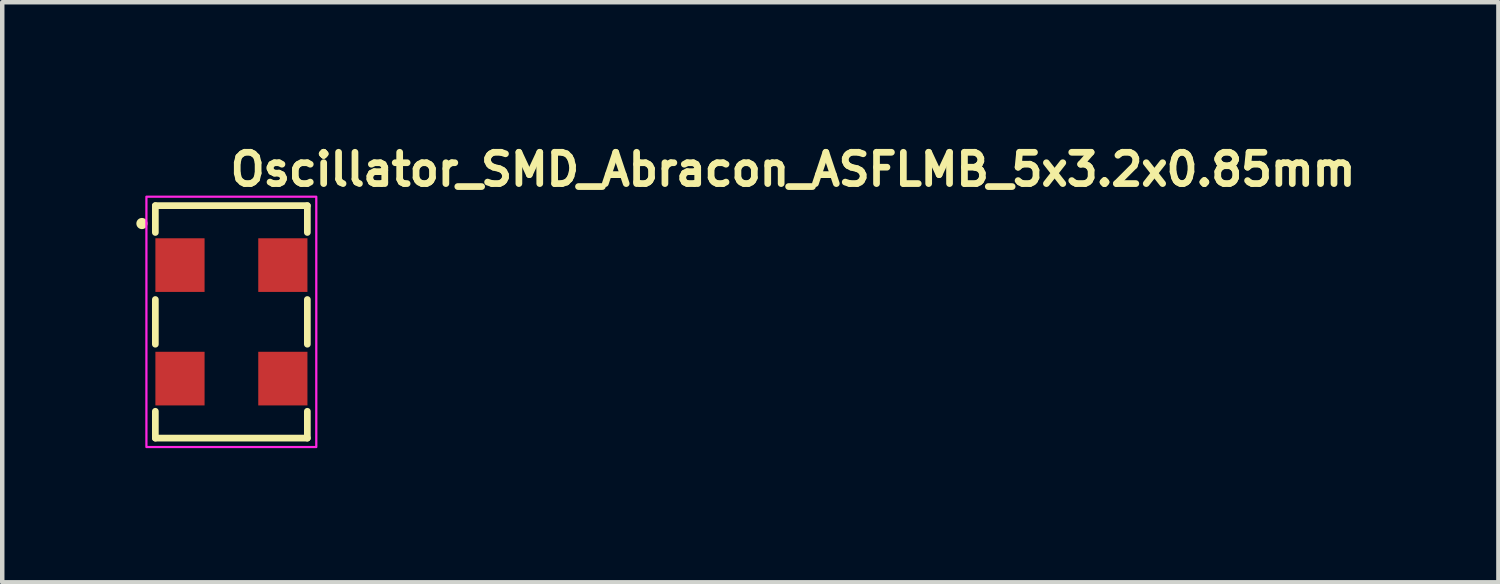
<source format=kicad_pcb>
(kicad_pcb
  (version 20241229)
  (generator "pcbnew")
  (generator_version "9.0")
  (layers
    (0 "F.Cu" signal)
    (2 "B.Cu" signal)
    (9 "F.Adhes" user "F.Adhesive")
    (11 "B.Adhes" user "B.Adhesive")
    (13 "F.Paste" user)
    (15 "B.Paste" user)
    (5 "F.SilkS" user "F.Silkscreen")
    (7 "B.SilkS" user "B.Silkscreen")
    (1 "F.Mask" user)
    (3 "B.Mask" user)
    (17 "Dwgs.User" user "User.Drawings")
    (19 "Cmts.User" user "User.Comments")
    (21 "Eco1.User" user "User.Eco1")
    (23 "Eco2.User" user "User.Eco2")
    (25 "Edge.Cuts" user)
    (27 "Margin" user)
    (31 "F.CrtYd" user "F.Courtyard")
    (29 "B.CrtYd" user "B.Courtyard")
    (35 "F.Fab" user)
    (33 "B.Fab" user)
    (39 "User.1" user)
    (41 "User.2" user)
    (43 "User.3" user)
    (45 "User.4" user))
  (footprint "Oscillator_SMD_Abracon_ASFLMB_5x3.2x0.85mm"
    (layer "F.Cu")
    (at 2.025 4.05)
    (property "Reference" "Oscillator_SMD_Abracon_ASFLMB_5x3.2x0.85mm" (at 0 -2.9 0) (layer "F.SilkS") (effects (font (size 0.7 0.7) (thickness 0.15)) (justify left bottom)))
    (attr smd)
    (fp_line (start -1.6 -2.5) (end -1.6 -1.9) (stroke (width 0.15) (type solid)) (layer "F.SilkS"))
    (fp_line (start -1.6 -0.4) (end -1.6 0.6) (stroke (width 0.15) (type solid)) (layer "F.SilkS"))
    (fp_line (start -1.6 2.1) (end -1.6 2.7) (stroke (width 0.15) (type solid)) (layer "F.SilkS"))
    (fp_line (start -1.6 2.7) (end 1.8 2.7) (stroke (width 0.15) (type solid)) (layer "F.SilkS"))
    (fp_line (start 1.8 -2.5) (end -1.6 -2.5) (stroke (width 0.15) (type solid)) (layer "F.SilkS"))
    (fp_line (start 1.8 -1.9) (end 1.8 -2.5) (stroke (width 0.15) (type solid)) (layer "F.SilkS"))
    (fp_line (start 1.8 0.6) (end 1.8 -0.4) (stroke (width 0.15) (type solid)) (layer "F.SilkS"))
    (fp_line (start 1.8 2.7) (end 1.8 2.1) (stroke (width 0.15) (type solid)) (layer "F.SilkS"))
    (fp_circle (center -1.9 -2.1) (end -1.9 -2.05) (stroke (width 0.15) (type solid)) (fill yes) (layer "F.SilkS"))
    (fp_rect (start 2 -2.7) (end -1.8 2.9) (stroke (width 0.05) (type solid)) (fill no) (layer "F.CrtYd"))
    (fp_rect (start 1.701 -2.4) (end -1.499 2.599) (stroke (width 0.1) (type solid)) (fill no) (layer "User.5"))
    (fp_line (start -1.499 -2.4) (end 1.701 -2.4) (stroke (width 0.02) (type solid)) (layer "User.9"))
    (fp_line (start -1.499 2.599) (end -1.499 -2.4) (stroke (width 0.02) (type solid)) (layer "User.9"))
    (fp_line (start -1.499 2.599) (end 1.701 2.599) (stroke (width 0.02) (type solid)) (layer "User.9"))
    (fp_line (start -0.309 -0.861) (end -0.308 -0.871) (stroke (width 0.02) (type solid)) (layer "User.9"))
    (fp_line (start -0.309 -0.85) (end -0.309 -0.861) (stroke (width 0.02) (type solid)) (layer "User.9"))
    (fp_line (start -0.309 -0.839) (end -0.309 -0.85) (stroke (width 0.02) (type solid)) (layer "User.9"))
    (fp_line (start -0.308 -0.871) (end -0.307 -0.881) (stroke (width 0.02) (type solid)) (layer "User.9"))
    (fp_line (start -0.308 -0.828) (end -0.309 -0.839) (stroke (width 0.02) (type solid)) (layer "User.9"))
    (fp_line (start -0.307 -0.881) (end -0.306 -0.89) (stroke (width 0.02) (type solid)) (layer "User.9"))
    (fp_line (start -0.307 -0.818) (end -0.308 -0.828) (stroke (width 0.02) (type solid)) (layer "User.9"))
    (fp_line (start -0.306 -0.89) (end -0.304 -0.9) (stroke (width 0.02) (type solid)) (layer "User.9"))
    (fp_line (start -0.306 -0.808) (end -0.307 -0.818) (stroke (width 0.02) (type solid)) (layer "User.9"))
    (fp_line (start -0.304 -0.9) (end -0.302 -0.909) (stroke (width 0.02) (type solid)) (layer "User.9"))
    (fp_line (start -0.304 -0.797) (end -0.306 -0.808) (stroke (width 0.02) (type solid)) (layer "User.9"))
    (fp_line (start -0.302 -0.909) (end -0.299 -0.919) (stroke (width 0.02) (type solid)) (layer "User.9"))
    (fp_line (start -0.301 -0.786) (end -0.304 -0.797) (stroke (width 0.02) (type solid)) (layer "User.9"))
    (fp_line (start -0.299 -0.919) (end -0.296 -0.929) (stroke (width 0.02) (type solid)) (layer "User.9"))
    (fp_line (start -0.298 -0.775) (end -0.301 -0.786) (stroke (width 0.02) (type solid)) (layer "User.9"))
    (fp_line (start -0.296 -0.929) (end -0.293 -0.937) (stroke (width 0.02) (type solid)) (layer "User.9"))
    (fp_line (start -0.294 -0.765) (end -0.298 -0.775) (stroke (width 0.02) (type solid)) (layer "User.9"))
    (fp_line (start -0.293 -0.937) (end -0.289 -0.946) (stroke (width 0.02) (type solid)) (layer "User.9"))
    (fp_line (start -0.29 -0.755) (end -0.294 -0.765) (stroke (width 0.02) (type solid)) (layer "User.9"))
    (fp_line (start -0.289 -1.905) (end 0.506 -1.529) (stroke (width 0.02) (type solid)) (layer "User.9"))
    (fp_line (start -0.289 -1.829) (end -0.289 -1.905) (stroke (width 0.02) (type solid)) (layer "User.9"))
    (fp_line (start -0.289 -1.23) (end -0.033 -1.347) (stroke (width 0.02) (type solid)) (layer "User.9"))
    (fp_line (start -0.289 -1.152) (end -0.289 -1.23) (stroke (width 0.02) (type solid)) (layer "User.9"))
    (fp_line (start -0.289 -0.946) (end -0.285 -0.956) (stroke (width 0.02) (type solid)) (layer "User.9"))
    (fp_line (start -0.289 -0.461) (end 0.506 -0.461) (stroke (width 0.02) (type solid)) (layer "User.9"))
    (fp_line (start -0.289 -0.389) (end -0.289 -0.461) (stroke (width 0.02) (type solid)) (layer "User.9"))
    (fp_line (start -0.289 0.069) (end 0.506 0.069) (stroke (width 0.02) (type solid)) (layer "User.9"))
    (fp_line (start -0.289 0.444) (end -0.289 0.069) (stroke (width 0.02) (type solid)) (layer "User.9"))
    (fp_line (start -0.289 0.537) (end 0.506 0.642) (stroke (width 0.02) (type solid)) (layer "User.9"))
    (fp_line (start -0.289 0.609) (end -0.289 0.537) (stroke (width 0.02) (type solid)) (layer "User.9"))
    (fp_line (start -0.289 0.971) (end 0.284 0.684) (stroke (width 0.02) (type solid)) (layer "User.9"))
    (fp_line (start -0.289 0.987) (end -0.289 0.971) (stroke (width 0.02) (type solid)) (layer "User.9"))
    (fp_line (start -0.289 1.35) (end 0.284 1.274) (stroke (width 0.02) (type solid)) (layer "User.9"))
    (fp_line (start -0.289 1.422) (end -0.289 1.35) (stroke (width 0.02) (type solid)) (layer "User.9"))
    (fp_line (start -0.289 1.584) (end 0.506 1.584) (stroke (width 0.02) (type solid)) (layer "User.9"))
    (fp_line (start -0.289 1.8) (end -0.289 1.584) (stroke (width 0.02) (type solid)) (layer "User.9"))
    (fp_line (start -0.288 1.812) (end -0.289 1.8) (stroke (width 0.02) (type solid)) (layer "User.9"))
    (fp_line (start -0.288 1.825) (end -0.288 1.812) (stroke (width 0.02) (type solid)) (layer "User.9"))
    (fp_line (start -0.287 1.837) (end -0.288 1.825) (stroke (width 0.02) (type solid)) (layer "User.9"))
    (fp_line (start -0.285 -0.956) (end -0.279 -0.963) (stroke (width 0.02) (type solid)) (layer "User.9"))
    (fp_line (start -0.285 -0.746) (end -0.29 -0.755) (stroke (width 0.02) (type solid)) (layer "User.9"))
    (fp_line (start -0.285 1.849) (end -0.287 1.837) (stroke (width 0.02) (type solid)) (layer "User.9"))
    (fp_line (start -0.283 1.861) (end -0.285 1.849) (stroke (width 0.02) (type solid)) (layer "User.9"))
    (fp_line (start -0.281 1.874) (end -0.283 1.861) (stroke (width 0.02) (type solid)) (layer "User.9"))
    (fp_line (start -0.279 -0.963) (end -0.274 -0.972) (stroke (width 0.02) (type solid)) (layer "User.9"))
    (fp_line (start -0.279 -0.737) (end -0.285 -0.746) (stroke (width 0.02) (type solid)) (layer "User.9"))
    (fp_line (start -0.276 1.886) (end -0.281 1.874) (stroke (width 0.02) (type solid)) (layer "User.9"))
    (fp_line (start -0.274 -0.972) (end -0.269 -0.981) (stroke (width 0.02) (type solid)) (layer "User.9"))
    (fp_line (start -0.273 -0.727) (end -0.279 -0.737) (stroke (width 0.02) (type solid)) (layer "User.9"))
    (fp_line (start -0.273 1.898) (end -0.276 1.886) (stroke (width 0.02) (type solid)) (layer "User.9"))
    (fp_line (start -0.269 -0.981) (end -0.263 -0.989) (stroke (width 0.02) (type solid)) (layer "User.9"))
    (fp_line (start -0.269 1.91) (end -0.273 1.898) (stroke (width 0.02) (type solid)) (layer "User.9"))
    (fp_line (start -0.267 -0.717) (end -0.273 -0.727) (stroke (width 0.02) (type solid)) (layer "User.9"))
    (fp_line (start -0.264 1.922) (end -0.269 1.91) (stroke (width 0.02) (type solid)) (layer "User.9"))
    (fp_line (start -0.263 -0.989) (end -0.257 -0.997) (stroke (width 0.02) (type solid)) (layer "User.9"))
    (fp_line (start -0.261 -0.709) (end -0.267 -0.717) (stroke (width 0.02) (type solid)) (layer "User.9"))
    (fp_line (start -0.258 1.933) (end -0.264 1.922) (stroke (width 0.02) (type solid)) (layer "User.9"))
    (fp_line (start -0.257 -0.997) (end -0.257 -0.997) (stroke (width 0.02) (type solid)) (layer "User.9"))
    (fp_line (start -0.257 -0.997) (end -0.251 -1.004) (stroke (width 0.02) (type solid)) (layer "User.9"))
    (fp_line (start -0.254 -0.7) (end -0.261 -0.709) (stroke (width 0.02) (type solid)) (layer "User.9"))
    (fp_line (start -0.252 1.943) (end -0.258 1.933) (stroke (width 0.02) (type solid)) (layer "User.9"))
    (fp_line (start -0.251 -1.004) (end -0.244 -1.012) (stroke (width 0.02) (type solid)) (layer "User.9"))
    (fp_line (start -0.247 -0.692) (end -0.254 -0.7) (stroke (width 0.02) (type solid)) (layer "User.9"))
    (fp_line (start -0.246 1.954) (end -0.252 1.943) (stroke (width 0.02) (type solid)) (layer "User.9"))
    (fp_line (start -0.244 -1.012) (end -0.237 -1.019) (stroke (width 0.02) (type solid)) (layer "User.9"))
    (fp_line (start -0.239 -0.685) (end -0.247 -0.692) (stroke (width 0.02) (type solid)) (layer "User.9"))
    (fp_line (start -0.239 1.965) (end -0.246 1.954) (stroke (width 0.02) (type solid)) (layer "User.9"))
    (fp_line (start -0.237 -1.019) (end -0.23 -1.026) (stroke (width 0.02) (type solid)) (layer "User.9"))
    (fp_line (start -0.231 -0.678) (end -0.239 -0.685) (stroke (width 0.02) (type solid)) (layer "User.9"))
    (fp_line (start -0.231 1.974) (end -0.239 1.965) (stroke (width 0.02) (type solid)) (layer "User.9"))
    (fp_line (start -0.23 -1.026) (end -0.223 -1.031) (stroke (width 0.02) (type solid)) (layer "User.9"))
    (fp_line (start -0.226 -0.866) (end -0.226 -0.858) (stroke (width 0.02) (type solid)) (layer "User.9"))
    (fp_line (start -0.226 -0.858) (end -0.226 -0.85) (stroke (width 0.02) (type solid)) (layer "User.9"))
    (fp_line (start -0.226 -0.85) (end -0.226 -0.842) (stroke (width 0.02) (type solid)) (layer "User.9"))
    (fp_line (start -0.226 -0.842) (end -0.226 -0.834) (stroke (width 0.02) (type solid)) (layer "User.9"))
    (fp_line (start -0.226 -0.834) (end -0.225 -0.827) (stroke (width 0.02) (type solid)) (layer "User.9"))
    (fp_line (start -0.225 -0.873) (end -0.226 -0.866) (stroke (width 0.02) (type solid)) (layer "User.9"))
    (fp_line (start -0.225 -0.827) (end -0.224 -0.819) (stroke (width 0.02) (type solid)) (layer "User.9"))
    (fp_line (start -0.224 -0.819) (end -0.223 -0.813) (stroke (width 0.02) (type solid)) (layer "User.9"))
    (fp_line (start -0.223 -1.031) (end -0.216 -1.038) (stroke (width 0.02) (type solid)) (layer "User.9"))
    (fp_line (start -0.223 -0.88) (end -0.225 -0.873) (stroke (width 0.02) (type solid)) (layer "User.9"))
    (fp_line (start -0.223 -0.813) (end -0.221 -0.805) (stroke (width 0.02) (type solid)) (layer "User.9"))
    (fp_line (start -0.223 -0.671) (end -0.231 -0.678) (stroke (width 0.02) (type solid)) (layer "User.9"))
    (fp_line (start -0.222 -0.886) (end -0.223 -0.88) (stroke (width 0.02) (type solid)) (layer "User.9"))
    (fp_line (start -0.222 1.983) (end -0.231 1.974) (stroke (width 0.02) (type solid)) (layer "User.9"))
    (fp_line (start -0.222 1.983) (end -0.222 1.983) (stroke (width 0.02) (type solid)) (layer "User.9"))
    (fp_line (start -0.221 -0.805) (end -0.219 -0.798) (stroke (width 0.02) (type solid)) (layer "User.9"))
    (fp_line (start -0.22 -0.893) (end -0.222 -0.886) (stroke (width 0.02) (type solid)) (layer "User.9"))
    (fp_line (start -0.219 -0.798) (end -0.216 -0.791) (stroke (width 0.02) (type solid)) (layer "User.9"))
    (fp_line (start -0.218 -0.899) (end -0.22 -0.893) (stroke (width 0.02) (type solid)) (layer "User.9"))
    (fp_line (start -0.216 -1.038) (end -0.209 -1.045) (stroke (width 0.02) (type solid)) (layer "User.9"))
    (fp_line (start -0.216 -0.906) (end -0.218 -0.899) (stroke (width 0.02) (type solid)) (layer "User.9"))
    (fp_line (start -0.216 -0.791) (end -0.215 -0.783) (stroke (width 0.02) (type solid)) (layer "User.9"))
    (fp_line (start -0.215 -0.783) (end -0.212 -0.776) (stroke (width 0.02) (type solid)) (layer "User.9"))
    (fp_line (start -0.215 -0.664) (end -0.223 -0.671) (stroke (width 0.02) (type solid)) (layer "User.9"))
    (fp_line (start -0.215 1.991) (end -0.222 1.983) (stroke (width 0.02) (type solid)) (layer "User.9"))
    (fp_line (start -0.213 -0.912) (end -0.216 -0.906) (stroke (width 0.02) (type solid)) (layer "User.9"))
    (fp_line (start -0.212 -0.776) (end -0.208 -0.77) (stroke (width 0.02) (type solid)) (layer "User.9"))
    (fp_line (start -0.21 -0.92) (end -0.213 -0.912) (stroke (width 0.02) (type solid)) (layer "User.9"))
    (fp_line (start -0.209 -1.045) (end -0.201 -1.051) (stroke (width 0.02) (type solid)) (layer "User.9"))
    (fp_line (start -0.208 -0.77) (end -0.205 -0.763) (stroke (width 0.02) (type solid)) (layer "User.9"))
    (fp_line (start -0.207 0.14) (end -0.207 0.444) (stroke (width 0.02) (type solid)) (layer "User.9"))
    (fp_line (start -0.207 0.444) (end -0.289 0.444) (stroke (width 0.02) (type solid)) (layer "User.9"))
    (fp_line (start -0.207 1.656) (end -0.207 1.757) (stroke (width 0.02) (type solid)) (layer "User.9"))
    (fp_line (start -0.207 1.757) (end -0.206 1.797) (stroke (width 0.02) (type solid)) (layer "User.9"))
    (fp_line (start -0.207 1.999) (end -0.215 1.991) (stroke (width 0.02) (type solid)) (layer "User.9"))
    (fp_line (start -0.206 -0.926) (end -0.21 -0.92) (stroke (width 0.02) (type solid)) (layer "User.9"))
    (fp_line (start -0.206 -0.657) (end -0.215 -0.664) (stroke (width 0.02) (type solid)) (layer "User.9"))
    (fp_line (start -0.206 1.797) (end -0.205 1.816) (stroke (width 0.02) (type solid)) (layer "User.9"))
    (fp_line (start -0.205 -0.763) (end -0.201 -0.756) (stroke (width 0.02) (type solid)) (layer "User.9"))
    (fp_line (start -0.205 1.816) (end -0.204 1.825) (stroke (width 0.02) (type solid)) (layer "User.9"))
    (fp_line (start -0.204 1.825) (end -0.203 1.834) (stroke (width 0.02) (type solid)) (layer "User.9"))
    (fp_line (start -0.203 -0.931) (end -0.206 -0.926) (stroke (width 0.02) (type solid)) (layer "User.9"))
    (fp_line (start -0.203 1.834) (end -0.202 1.845) (stroke (width 0.02) (type solid)) (layer "User.9"))
    (fp_line (start -0.202 1.845) (end -0.2 1.854) (stroke (width 0.02) (type solid)) (layer "User.9"))
    (fp_line (start -0.201 -1.051) (end -0.194 -1.056) (stroke (width 0.02) (type solid)) (layer "User.9"))
    (fp_line (start -0.201 -0.756) (end -0.197 -0.751) (stroke (width 0.02) (type solid)) (layer "User.9"))
    (fp_line (start -0.2 1.854) (end -0.198 1.864) (stroke (width 0.02) (type solid)) (layer "User.9"))
    (fp_line (start -0.198 1.864) (end -0.196 1.873) (stroke (width 0.02) (type solid)) (layer "User.9"))
    (fp_line (start -0.198 2.006) (end -0.207 1.999) (stroke (width 0.02) (type solid)) (layer "User.9"))
    (fp_line (start -0.197 -0.751) (end -0.192 -0.745) (stroke (width 0.02) (type solid)) (layer "User.9"))
    (fp_line (start -0.197 -0.651) (end -0.206 -0.657) (stroke (width 0.02) (type solid)) (layer "User.9"))
    (fp_line (start -0.196 1.873) (end -0.193 1.882) (stroke (width 0.02) (type solid)) (layer "User.9"))
    (fp_line (start -0.195 -0.943) (end -0.203 -0.931) (stroke (width 0.02) (type solid)) (layer "User.9"))
    (fp_line (start -0.194 -1.056) (end -0.186 -1.062) (stroke (width 0.02) (type solid)) (layer "User.9"))
    (fp_line (start -0.193 1.882) (end -0.19 1.892) (stroke (width 0.02) (type solid)) (layer "User.9"))
    (fp_line (start -0.192 -0.745) (end -0.187 -0.739) (stroke (width 0.02) (type solid)) (layer "User.9"))
    (fp_line (start -0.19 1.892) (end -0.186 1.901) (stroke (width 0.02) (type solid)) (layer "User.9"))
    (fp_line (start -0.189 2.014) (end -0.198 2.006) (stroke (width 0.02) (type solid)) (layer "User.9"))
    (fp_line (start -0.188 -0.646) (end -0.197 -0.651) (stroke (width 0.02) (type solid)) (layer "User.9"))
    (fp_line (start -0.187 -0.739) (end -0.187 -0.739) (stroke (width 0.02) (type solid)) (layer "User.9"))
    (fp_line (start -0.187 -0.739) (end -0.182 -0.734) (stroke (width 0.02) (type solid)) (layer "User.9"))
    (fp_line (start -0.186 -1.062) (end -0.178 -1.067) (stroke (width 0.02) (type solid)) (layer "User.9"))
    (fp_line (start -0.186 -0.955) (end -0.195 -0.943) (stroke (width 0.02) (type solid)) (layer "User.9"))
    (fp_line (start -0.186 1.901) (end -0.181 1.909) (stroke (width 0.02) (type solid)) (layer "User.9"))
    (fp_line (start -0.182 -0.734) (end -0.177 -0.729) (stroke (width 0.02) (type solid)) (layer "User.9"))
    (fp_line (start -0.181 1.909) (end -0.181 1.909) (stroke (width 0.02) (type solid)) (layer "User.9"))
    (fp_line (start -0.181 1.909) (end -0.177 1.917) (stroke (width 0.02) (type solid)) (layer "User.9"))
    (fp_line (start -0.18 2.019) (end -0.189 2.014) (stroke (width 0.02) (type solid)) (layer "User.9"))
    (fp_line (start -0.178 -1.067) (end -0.17 -1.072) (stroke (width 0.02) (type solid)) (layer "User.9"))
    (fp_line (start -0.178 -0.641) (end -0.188 -0.646) (stroke (width 0.02) (type solid)) (layer "User.9"))
    (fp_line (start -0.177 -0.729) (end -0.172 -0.724) (stroke (width 0.02) (type solid)) (layer "User.9"))
    (fp_line (start -0.177 1.917) (end -0.172 1.925) (stroke (width 0.02) (type solid)) (layer "User.9"))
    (fp_line (start -0.176 -0.964) (end -0.186 -0.955) (stroke (width 0.02) (type solid)) (layer "User.9"))
    (fp_line (start -0.172 -0.724) (end -0.167 -0.719) (stroke (width 0.02) (type solid)) (layer "User.9"))
    (fp_line (start -0.172 1.925) (end -0.166 1.931) (stroke (width 0.02) (type solid)) (layer "User.9"))
    (fp_line (start -0.171 2.026) (end -0.18 2.019) (stroke (width 0.02) (type solid)) (layer "User.9"))
    (fp_line (start -0.17 -1.072) (end -0.161 -1.078) (stroke (width 0.02) (type solid)) (layer "User.9"))
    (fp_line (start -0.168 -0.637) (end -0.178 -0.641) (stroke (width 0.02) (type solid)) (layer "User.9"))
    (fp_line (start -0.167 -0.719) (end -0.162 -0.715) (stroke (width 0.02) (type solid)) (layer "User.9"))
    (fp_line (start -0.166 1.931) (end -0.16 1.938) (stroke (width 0.02) (type solid)) (layer "User.9"))
    (fp_line (start -0.165 -0.974) (end -0.176 -0.964) (stroke (width 0.02) (type solid)) (layer "User.9"))
    (fp_line (start -0.162 -0.715) (end -0.156 -0.712) (stroke (width 0.02) (type solid)) (layer "User.9"))
    (fp_line (start -0.161 -1.078) (end -0.153 -1.083) (stroke (width 0.02) (type solid)) (layer "User.9"))
    (fp_line (start -0.161 2.031) (end -0.171 2.026) (stroke (width 0.02) (type solid)) (layer "User.9"))
    (fp_line (start -0.16 1.938) (end -0.153 1.945) (stroke (width 0.02) (type solid)) (layer "User.9"))
    (fp_line (start -0.158 -0.633) (end -0.168 -0.637) (stroke (width 0.02) (type solid)) (layer "User.9"))
    (fp_line (start -0.156 -0.712) (end -0.15 -0.709) (stroke (width 0.02) (type solid)) (layer "User.9"))
    (fp_line (start -0.154 -0.985) (end -0.165 -0.974) (stroke (width 0.02) (type solid)) (layer "User.9"))
    (fp_line (start -0.153 -1.083) (end -0.143 -1.087) (stroke (width 0.02) (type solid)) (layer "User.9"))
    (fp_line (start -0.153 1.945) (end -0.146 1.95) (stroke (width 0.02) (type solid)) (layer "User.9"))
    (fp_line (start -0.15 -0.709) (end -0.144 -0.706) (stroke (width 0.02) (type solid)) (layer "User.9"))
    (fp_line (start -0.149 2.035) (end -0.161 2.031) (stroke (width 0.02) (type solid)) (layer "User.9"))
    (fp_line (start -0.147 -0.63) (end -0.158 -0.633) (stroke (width 0.02) (type solid)) (layer "User.9"))
    (fp_line (start -0.146 1.95) (end -0.138 1.955) (stroke (width 0.02) (type solid)) (layer "User.9"))
    (fp_line (start -0.145 0.979) (end 0.506 1.306) (stroke (width 0.02) (type solid)) (layer "User.9"))
    (fp_line (start -0.144 -0.706) (end -0.138 -0.703) (stroke (width 0.02) (type solid)) (layer "User.9"))
    (fp_line (start -0.143 -1.087) (end -0.134 -1.092) (stroke (width 0.02) (type solid)) (layer "User.9"))
    (fp_line (start -0.142 -0.994) (end -0.154 -0.985) (stroke (width 0.02) (type solid)) (layer "User.9"))
    (fp_line (start -0.139 2.039) (end -0.149 2.035) (stroke (width 0.02) (type solid)) (layer "User.9"))
    (fp_line (start -0.138 -0.703) (end -0.132 -0.701) (stroke (width 0.02) (type solid)) (layer "User.9"))
    (fp_line (start -0.138 1.955) (end -0.131 1.962) (stroke (width 0.02) (type solid)) (layer "User.9"))
    (fp_line (start -0.137 -0.627) (end -0.147 -0.63) (stroke (width 0.02) (type solid)) (layer "User.9"))
    (fp_line (start -0.134 -1.092) (end -0.094 -1.025) (stroke (width 0.02) (type solid)) (layer "User.9"))
    (fp_line (start -0.132 -0.701) (end -0.125 -0.699) (stroke (width 0.02) (type solid)) (layer "User.9"))
    (fp_line (start -0.131 1.962) (end -0.127 1.963) (stroke (width 0.02) (type solid)) (layer "User.9"))
    (fp_line (start -0.13 -1.002) (end -0.142 -0.994) (stroke (width 0.02) (type solid)) (layer "User.9"))
    (fp_line (start -0.129 2.043) (end -0.139 2.039) (stroke (width 0.02) (type solid)) (layer "User.9"))
    (fp_line (start -0.127 1.963) (end -0.123 1.966) (stroke (width 0.02) (type solid)) (layer "User.9"))
    (fp_line (start -0.126 -0.625) (end -0.137 -0.627) (stroke (width 0.02) (type solid)) (layer "User.9"))
    (fp_line (start -0.125 -0.699) (end -0.119 -0.698) (stroke (width 0.02) (type solid)) (layer "User.9"))
    (fp_line (start -0.123 1.966) (end -0.119 1.967) (stroke (width 0.02) (type solid)) (layer "User.9"))
    (fp_line (start -0.119 -0.698) (end -0.112 -0.696) (stroke (width 0.02) (type solid)) (layer "User.9"))
    (fp_line (start -0.119 1.967) (end -0.115 1.97) (stroke (width 0.02) (type solid)) (layer "User.9"))
    (fp_line (start -0.118 -1.01) (end -0.13 -1.002) (stroke (width 0.02) (type solid)) (layer "User.9"))
    (fp_line (start -0.118 2.047) (end -0.129 2.043) (stroke (width 0.02) (type solid)) (layer "User.9"))
    (fp_line (start -0.115 -0.624) (end -0.126 -0.625) (stroke (width 0.02) (type solid)) (layer "User.9"))
    (fp_line (start -0.115 1.97) (end -0.111 1.971) (stroke (width 0.02) (type solid)) (layer "User.9"))
    (fp_line (start -0.112 -0.696) (end -0.106 -0.695) (stroke (width 0.02) (type solid)) (layer "User.9"))
    (fp_line (start -0.111 1.971) (end -0.107 1.974) (stroke (width 0.02) (type solid)) (layer "User.9"))
    (fp_line (start -0.107 1.974) (end -0.102 1.974) (stroke (width 0.02) (type solid)) (layer "User.9"))
    (fp_line (start -0.107 2.048) (end -0.118 2.047) (stroke (width 0.02) (type solid)) (layer "User.9"))
    (fp_line (start -0.106 -1.018) (end -0.118 -1.01) (stroke (width 0.02) (type solid)) (layer "User.9"))
    (fp_line (start -0.106 -0.695) (end -0.099 -0.695) (stroke (width 0.02) (type solid)) (layer "User.9"))
    (fp_line (start -0.104 -0.623) (end -0.115 -0.624) (stroke (width 0.02) (type solid)) (layer "User.9"))
    (fp_line (start -0.102 1.974) (end -0.098 1.977) (stroke (width 0.02) (type solid)) (layer "User.9"))
    (fp_line (start -0.099 -0.695) (end -0.092 -0.694) (stroke (width 0.02) (type solid)) (layer "User.9"))
    (fp_line (start -0.098 1.977) (end -0.094 1.978) (stroke (width 0.02) (type solid)) (layer "User.9"))
    (fp_line (start -0.096 2.051) (end -0.107 2.048) (stroke (width 0.02) (type solid)) (layer "User.9"))
    (fp_line (start -0.094 -1.025) (end -0.106 -1.018) (stroke (width 0.02) (type solid)) (layer "User.9"))
    (fp_line (start -0.094 1.978) (end -0.089 1.978) (stroke (width 0.02) (type solid)) (layer "User.9"))
    (fp_line (start -0.093 -0.623) (end -0.104 -0.623) (stroke (width 0.02) (type solid)) (layer "User.9"))
    (fp_line (start -0.092 -0.694) (end -0.088 -0.695) (stroke (width 0.02) (type solid)) (layer "User.9"))
    (fp_line (start -0.089 1.978) (end -0.086 1.979) (stroke (width 0.02) (type solid)) (layer "User.9"))
    (fp_line (start -0.088 -0.695) (end -0.082 -0.695) (stroke (width 0.02) (type solid)) (layer "User.9"))
    (fp_line (start -0.086 1.979) (end -0.081 1.981) (stroke (width 0.02) (type solid)) (layer "User.9"))
    (fp_line (start -0.086 2.051) (end -0.096 2.051) (stroke (width 0.02) (type solid)) (layer "User.9"))
    (fp_line (start -0.084 -0.623) (end -0.093 -0.623) (stroke (width 0.02) (type solid)) (layer "User.9"))
    (fp_line (start -0.082 -0.695) (end -0.077 -0.696) (stroke (width 0.02) (type solid)) (layer "User.9"))
    (fp_line (start -0.081 1.981) (end -0.077 1.981) (stroke (width 0.02) (type solid)) (layer "User.9"))
    (fp_line (start -0.077 -0.696) (end -0.072 -0.697) (stroke (width 0.02) (type solid)) (layer "User.9"))
    (fp_line (start -0.077 1.981) (end -0.072 1.982) (stroke (width 0.02) (type solid)) (layer "User.9"))
    (fp_line (start -0.074 2.052) (end -0.086 2.051) (stroke (width 0.02) (type solid)) (layer "User.9"))
    (fp_line (start -0.073 -0.624) (end -0.084 -0.623) (stroke (width 0.02) (type solid)) (layer "User.9"))
    (fp_line (start -0.072 -0.697) (end -0.067 -0.698) (stroke (width 0.02) (type solid)) (layer "User.9"))
    (fp_line (start -0.072 1.982) (end -0.068 1.982) (stroke (width 0.02) (type solid)) (layer "User.9"))
    (fp_line (start -0.068 1.982) (end -0.063 1.982) (stroke (width 0.02) (type solid)) (layer "User.9"))
    (fp_line (start -0.067 -0.698) (end -0.062 -0.699) (stroke (width 0.02) (type solid)) (layer "User.9"))
    (fp_line (start -0.063 -0.626) (end -0.073 -0.624) (stroke (width 0.02) (type solid)) (layer "User.9"))
    (fp_line (start -0.063 1.982) (end -0.056 1.982) (stroke (width 0.02) (type solid)) (layer "User.9"))
    (fp_line (start -0.063 2.052) (end -0.074 2.052) (stroke (width 0.02) (type solid)) (layer "User.9"))
    (fp_line (start -0.062 -0.699) (end -0.057 -0.701) (stroke (width 0.02) (type solid)) (layer "User.9"))
    (fp_line (start -0.057 -0.701) (end -0.052 -0.702) (stroke (width 0.02) (type solid)) (layer "User.9"))
    (fp_line (start -0.056 1.982) (end -0.05 1.982) (stroke (width 0.02) (type solid)) (layer "User.9"))
    (fp_line (start -0.055 2.052) (end -0.063 2.052) (stroke (width 0.02) (type solid)) (layer "User.9"))
    (fp_line (start -0.052 -0.702) (end -0.047 -0.704) (stroke (width 0.02) (type solid)) (layer "User.9"))
    (fp_line (start -0.052 -0.628) (end -0.063 -0.626) (stroke (width 0.02) (type solid)) (layer "User.9"))
    (fp_line (start -0.05 1.982) (end -0.043 1.981) (stroke (width 0.02) (type solid)) (layer "User.9"))
    (fp_line (start -0.047 -0.704) (end -0.041 -0.706) (stroke (width 0.02) (type solid)) (layer "User.9"))
    (fp_line (start -0.047 2.052) (end -0.055 2.052) (stroke (width 0.02) (type solid)) (layer "User.9"))
    (fp_line (start -0.043 1.981) (end -0.037 1.979) (stroke (width 0.02) (type solid)) (layer "User.9"))
    (fp_line (start -0.041 -0.706) (end -0.037 -0.708) (stroke (width 0.02) (type solid)) (layer "User.9"))
    (fp_line (start -0.041 -0.631) (end -0.052 -0.628) (stroke (width 0.02) (type solid)) (layer "User.9"))
    (fp_line (start -0.037 -0.708) (end -0.033 -0.711) (stroke (width 0.02) (type solid)) (layer "User.9"))
    (fp_line (start -0.037 1.979) (end -0.029 1.978) (stroke (width 0.02) (type solid)) (layer "User.9"))
    (fp_line (start -0.037 2.051) (end -0.047 2.052) (stroke (width 0.02) (type solid)) (layer "User.9"))
    (fp_line (start -0.033 -1.708) (end -0.289 -1.829) (stroke (width 0.02) (type solid)) (layer "User.9"))
    (fp_line (start -0.033 -1.347) (end -0.033 -1.708) (stroke (width 0.02) (type solid)) (layer "User.9"))
    (fp_line (start -0.033 -0.711) (end -0.027 -0.714) (stroke (width 0.02) (type solid)) (layer "User.9"))
    (fp_line (start -0.031 -0.634) (end -0.041 -0.631) (stroke (width 0.02) (type solid)) (layer "User.9"))
    (fp_line (start -0.029 1.978) (end -0.024 1.977) (stroke (width 0.02) (type solid)) (layer "User.9"))
    (fp_line (start -0.029 2.051) (end -0.037 2.051) (stroke (width 0.02) (type solid)) (layer "User.9"))
    (fp_line (start -0.027 -0.714) (end -0.024 -0.716) (stroke (width 0.02) (type solid)) (layer "User.9"))
    (fp_line (start -0.024 -0.716) (end -0.018 -0.72) (stroke (width 0.02) (type solid)) (layer "User.9"))
    (fp_line (start -0.024 1.977) (end -0.018 1.974) (stroke (width 0.02) (type solid)) (layer "User.9"))
    (fp_line (start -0.022 -0.637) (end -0.031 -0.634) (stroke (width 0.02) (type solid)) (layer "User.9"))
    (fp_line (start -0.022 2.05) (end -0.029 2.051) (stroke (width 0.02) (type solid)) (layer "User.9"))
    (fp_line (start -0.018 -0.72) (end -0.014 -0.724) (stroke (width 0.02) (type solid)) (layer "User.9"))
    (fp_line (start -0.018 1.974) (end -0.012 1.971) (stroke (width 0.02) (type solid)) (layer "User.9"))
    (fp_line (start -0.014 -0.724) (end -0.006 -0.731) (stroke (width 0.02) (type solid)) (layer "User.9"))
    (fp_line (start -0.014 2.047) (end -0.022 2.05) (stroke (width 0.02) (type solid)) (layer "User.9"))
    (fp_line (start -0.012 -0.641) (end -0.022 -0.637) (stroke (width 0.02) (type solid)) (layer "User.9"))
    (fp_line (start -0.012 1.971) (end -0.006 1.969) (stroke (width 0.02) (type solid)) (layer "User.9"))
    (fp_line (start -0.006 -0.731) (end 0.004 -0.739) (stroke (width 0.02) (type solid)) (layer "User.9"))
    (fp_line (start -0.006 1.969) (end 0 1.966) (stroke (width 0.02) (type solid)) (layer "User.9"))
    (fp_line (start -0.006 2.046) (end -0.014 2.047) (stroke (width 0.02) (type solid)) (layer "User.9"))
    (fp_line (start -0.002 -0.646) (end -0.012 -0.641) (stroke (width 0.02) (type solid)) (layer "User.9"))
    (fp_line (start 0 1.966) (end 0.006 1.962) (stroke (width 0.02) (type solid)) (layer "User.9"))
    (fp_line (start 0.002 2.043) (end -0.006 2.046) (stroke (width 0.02) (type solid)) (layer "User.9"))
    (fp_line (start 0.004 -0.739) (end 0.012 -0.747) (stroke (width 0.02) (type solid)) (layer "User.9"))
    (fp_line (start 0.006 -0.651) (end -0.002 -0.646) (stroke (width 0.02) (type solid)) (layer "User.9"))
    (fp_line (start 0.006 1.962) (end 0.01 1.959) (stroke (width 0.02) (type solid)) (layer "User.9"))
    (fp_line (start 0.01 1.959) (end 0.016 1.955) (stroke (width 0.02) (type solid)) (layer "User.9"))
    (fp_line (start 0.01 2.04) (end 0.002 2.043) (stroke (width 0.02) (type solid)) (layer "User.9"))
    (fp_line (start 0.012 -0.747) (end 0.022 -0.755) (stroke (width 0.02) (type solid)) (layer "User.9"))
    (fp_line (start 0.016 -0.656) (end 0.006 -0.651) (stroke (width 0.02) (type solid)) (layer "User.9"))
    (fp_line (start 0.016 1.955) (end 0.022 1.951) (stroke (width 0.02) (type solid)) (layer "User.9"))
    (fp_line (start 0.016 2.039) (end 0.01 2.04) (stroke (width 0.02) (type solid)) (layer "User.9"))
    (fp_line (start 0.022 -0.755) (end 0.03 -0.763) (stroke (width 0.02) (type solid)) (layer "User.9"))
    (fp_line (start 0.022 1.951) (end 0.026 1.947) (stroke (width 0.02) (type solid)) (layer "User.9"))
    (fp_line (start 0.024 -0.663) (end 0.016 -0.656) (stroke (width 0.02) (type solid)) (layer "User.9"))
    (fp_line (start 0.024 2.035) (end 0.016 2.039) (stroke (width 0.02) (type solid)) (layer "User.9"))
    (fp_line (start 0.026 1.947) (end 0.03 1.942) (stroke (width 0.02) (type solid)) (layer "User.9"))
    (fp_line (start 0.03 -0.763) (end 0.038 -0.772) (stroke (width 0.02) (type solid)) (layer "User.9"))
    (fp_line (start 0.03 1.942) (end 0.036 1.938) (stroke (width 0.02) (type solid)) (layer "User.9"))
    (fp_line (start 0.032 -0.669) (end 0.024 -0.663) (stroke (width 0.02) (type solid)) (layer "User.9"))
    (fp_line (start 0.032 2.031) (end 0.024 2.035) (stroke (width 0.02) (type solid)) (layer "User.9"))
    (fp_line (start 0.036 1.938) (end 0.04 1.934) (stroke (width 0.02) (type solid)) (layer "User.9"))
    (fp_line (start 0.038 -0.772) (end 0.046 -0.781) (stroke (width 0.02) (type solid)) (layer "User.9"))
    (fp_line (start 0.04 1.934) (end 0.048 1.922) (stroke (width 0.02) (type solid)) (layer "User.9"))
    (fp_line (start 0.04 2.027) (end 0.032 2.031) (stroke (width 0.02) (type solid)) (layer "User.9"))
    (fp_line (start 0.042 -0.675) (end 0.032 -0.669) (stroke (width 0.02) (type solid)) (layer "User.9"))
    (fp_line (start 0.046 -0.781) (end 0.054 -0.791) (stroke (width 0.02) (type solid)) (layer "User.9"))
    (fp_line (start 0.046 2.023) (end 0.04 2.027) (stroke (width 0.02) (type solid)) (layer "User.9"))
    (fp_line (start 0.048 -1.668) (end 0.048 -1.385) (stroke (width 0.02) (type solid)) (layer "User.9"))
    (fp_line (start 0.048 -1.385) (end 0.352 -1.525) (stroke (width 0.02) (type solid)) (layer "User.9"))
    (fp_line (start 0.048 1.922) (end 0.056 1.913) (stroke (width 0.02) (type solid)) (layer "User.9"))
    (fp_line (start 0.05 -0.681) (end 0.042 -0.675) (stroke (width 0.02) (type solid)) (layer "User.9"))
    (fp_line (start 0.054 -0.791) (end 0.062 -0.8) (stroke (width 0.02) (type solid)) (layer "User.9"))
    (fp_line (start 0.054 2.019) (end 0.046 2.023) (stroke (width 0.02) (type solid)) (layer "User.9"))
    (fp_line (start 0.056 1.913) (end 0.062 1.901) (stroke (width 0.02) (type solid)) (layer "User.9"))
    (fp_line (start 0.058 -0.688) (end 0.05 -0.681) (stroke (width 0.02) (type solid)) (layer "User.9"))
    (fp_line (start 0.058 -0.688) (end 0.058 -0.688) (stroke (width 0.02) (type solid)) (layer "User.9"))
    (fp_line (start 0.06 2.015) (end 0.054 2.019) (stroke (width 0.02) (type solid)) (layer "User.9"))
    (fp_line (start 0.06 2.015) (end 0.06 2.015) (stroke (width 0.02) (type solid)) (layer "User.9"))
    (fp_line (start 0.062 -0.8) (end 0.068 -0.809) (stroke (width 0.02) (type solid)) (layer "User.9"))
    (fp_line (start 0.062 1.901) (end 0.068 1.889) (stroke (width 0.02) (type solid)) (layer "User.9"))
    (fp_line (start 0.068 -0.809) (end 0.084 -0.827) (stroke (width 0.02) (type solid)) (layer "User.9"))
    (fp_line (start 0.068 1.889) (end 0.072 1.877) (stroke (width 0.02) (type solid)) (layer "User.9"))
    (fp_line (start 0.068 2.01) (end 0.06 2.015) (stroke (width 0.02) (type solid)) (layer "User.9"))
    (fp_line (start 0.072 -0.701) (end 0.058 -0.688) (stroke (width 0.02) (type solid)) (layer "User.9"))
    (fp_line (start 0.072 1.877) (end 0.076 1.865) (stroke (width 0.02) (type solid)) (layer "User.9"))
    (fp_line (start 0.074 2.003) (end 0.068 2.01) (stroke (width 0.02) (type solid)) (layer "User.9"))
    (fp_line (start 0.076 1.865) (end 0.08 1.852) (stroke (width 0.02) (type solid)) (layer "User.9"))
    (fp_line (start 0.08 1.852) (end 0.082 1.833) (stroke (width 0.02) (type solid)) (layer "User.9"))
    (fp_line (start 0.08 1.998) (end 0.074 2.003) (stroke (width 0.02) (type solid)) (layer "User.9"))
    (fp_line (start 0.082 1.833) (end 0.084 1.814) (stroke (width 0.02) (type solid)) (layer "User.9"))
    (fp_line (start 0.084 -0.827) (end 0.098 -0.847) (stroke (width 0.02) (type solid)) (layer "User.9"))
    (fp_line (start 0.084 1.814) (end 0.086 1.797) (stroke (width 0.02) (type solid)) (layer "User.9"))
    (fp_line (start 0.086 -0.716) (end 0.072 -0.701) (stroke (width 0.02) (type solid)) (layer "User.9"))
    (fp_line (start 0.086 1.797) (end 0.088 1.777) (stroke (width 0.02) (type solid)) (layer "User.9"))
    (fp_line (start 0.088 1.656) (end -0.207 1.656) (stroke (width 0.02) (type solid)) (layer "User.9"))
    (fp_line (start 0.088 1.704) (end 0.088 1.656) (stroke (width 0.02) (type solid)) (layer "User.9"))
    (fp_line (start 0.088 1.721) (end 0.088 1.704) (stroke (width 0.02) (type solid)) (layer "User.9"))
    (fp_line (start 0.088 1.74) (end 0.088 1.721) (stroke (width 0.02) (type solid)) (layer "User.9"))
    (fp_line (start 0.088 1.76) (end 0.088 1.74) (stroke (width 0.02) (type solid)) (layer "User.9"))
    (fp_line (start 0.088 1.777) (end 0.088 1.76) (stroke (width 0.02) (type solid)) (layer "User.9"))
    (fp_line (start 0.088 1.991) (end 0.08 1.998) (stroke (width 0.02) (type solid)) (layer "User.9"))
    (fp_line (start 0.094 1.985) (end 0.088 1.991) (stroke (width 0.02) (type solid)) (layer "User.9"))
    (fp_line (start 0.098 -0.847) (end 0.113 -0.867) (stroke (width 0.02) (type solid)) (layer "User.9"))
    (fp_line (start 0.098 -0.389) (end -0.289 -0.389) (stroke (width 0.02) (type solid)) (layer "User.9"))
    (fp_line (start 0.098 -0.074) (end 0.098 -0.389) (stroke (width 0.02) (type solid)) (layer "User.9"))
    (fp_line (start 0.098 1.978) (end 0.094 1.985) (stroke (width 0.02) (type solid)) (layer "User.9"))
    (fp_line (start 0.1 -0.732) (end 0.086 -0.716) (stroke (width 0.02) (type solid)) (layer "User.9"))
    (fp_line (start 0.105 1.971) (end 0.098 1.978) (stroke (width 0.02) (type solid)) (layer "User.9"))
    (fp_line (start 0.109 1.963) (end 0.105 1.971) (stroke (width 0.02) (type solid)) (layer "User.9"))
    (fp_line (start 0.113 -0.867) (end 0.137 -0.9) (stroke (width 0.02) (type solid)) (layer "User.9"))
    (fp_line (start 0.113 -0.747) (end 0.1 -0.732) (stroke (width 0.02) (type solid)) (layer "User.9"))
    (fp_line (start 0.115 1.957) (end 0.109 1.963) (stroke (width 0.02) (type solid)) (layer "User.9"))
    (fp_line (start 0.119 1.95) (end 0.115 1.957) (stroke (width 0.02) (type solid)) (layer "User.9"))
    (fp_line (start 0.123 1.942) (end 0.119 1.95) (stroke (width 0.02) (type solid)) (layer "User.9"))
    (fp_line (start 0.127 -0.761) (end 0.113 -0.747) (stroke (width 0.02) (type solid)) (layer "User.9"))
    (fp_line (start 0.127 1.934) (end 0.123 1.942) (stroke (width 0.02) (type solid)) (layer "User.9"))
    (fp_line (start 0.131 1.926) (end 0.127 1.934) (stroke (width 0.02) (type solid)) (layer "User.9"))
    (fp_line (start 0.135 1.918) (end 0.131 1.926) (stroke (width 0.02) (type solid)) (layer "User.9"))
    (fp_line (start 0.137 -0.9) (end 0.149 -0.918) (stroke (width 0.02) (type solid)) (layer "User.9"))
    (fp_line (start 0.137 1.909) (end 0.135 1.918) (stroke (width 0.02) (type solid)) (layer "User.9"))
    (fp_line (start 0.139 -0.777) (end 0.127 -0.761) (stroke (width 0.02) (type solid)) (layer "User.9"))
    (fp_line (start 0.141 1.9) (end 0.137 1.909) (stroke (width 0.02) (type solid)) (layer "User.9"))
    (fp_line (start 0.147 1.91) (end 0.141 1.9) (stroke (width 0.02) (type solid)) (layer "User.9"))
    (fp_line (start 0.149 -0.918) (end 0.163 -0.934) (stroke (width 0.02) (type solid)) (layer "User.9"))
    (fp_line (start 0.151 -0.795) (end 0.139 -0.777) (stroke (width 0.02) (type solid)) (layer "User.9"))
    (fp_line (start 0.155 1.921) (end 0.147 1.91) (stroke (width 0.02) (type solid)) (layer "User.9"))
    (fp_line (start 0.163 -0.934) (end 0.175 -0.951) (stroke (width 0.02) (type solid)) (layer "User.9"))
    (fp_line (start 0.163 -0.811) (end 0.151 -0.795) (stroke (width 0.02) (type solid)) (layer "User.9"))
    (fp_line (start 0.163 1.93) (end 0.155 1.921) (stroke (width 0.02) (type solid)) (layer "User.9"))
    (fp_line (start 0.169 1.656) (end 0.169 1.704) (stroke (width 0.02) (type solid)) (layer "User.9"))
    (fp_line (start 0.169 1.704) (end 0.171 1.741) (stroke (width 0.02) (type solid)) (layer "User.9"))
    (fp_line (start 0.171 1.741) (end 0.171 1.76) (stroke (width 0.02) (type solid)) (layer "User.9"))
    (fp_line (start 0.171 1.76) (end 0.173 1.769) (stroke (width 0.02) (type solid)) (layer "User.9"))
    (fp_line (start 0.171 1.939) (end 0.163 1.93) (stroke (width 0.02) (type solid)) (layer "User.9"))
    (fp_line (start 0.173 -0.824) (end 0.163 -0.811) (stroke (width 0.02) (type solid)) (layer "User.9"))
    (fp_line (start 0.173 1.769) (end 0.173 1.778) (stroke (width 0.02) (type solid)) (layer "User.9"))
    (fp_line (start 0.173 1.778) (end 0.175 1.789) (stroke (width 0.02) (type solid)) (layer "User.9"))
    (fp_line (start 0.175 -0.951) (end 0.183 -0.959) (stroke (width 0.02) (type solid)) (layer "User.9"))
    (fp_line (start 0.175 1.789) (end 0.177 1.797) (stroke (width 0.02) (type solid)) (layer "User.9"))
    (fp_line (start 0.177 1.797) (end 0.179 1.806) (stroke (width 0.02) (type solid)) (layer "User.9"))
    (fp_line (start 0.179 1.806) (end 0.181 1.816) (stroke (width 0.02) (type solid)) (layer "User.9"))
    (fp_line (start 0.181 -0.837) (end 0.173 -0.824) (stroke (width 0.02) (type solid)) (layer "User.9"))
    (fp_line (start 0.181 -0.389) (end 0.181 -0.074) (stroke (width 0.02) (type solid)) (layer "User.9"))
    (fp_line (start 0.181 -0.074) (end 0.098 -0.074) (stroke (width 0.02) (type solid)) (layer "User.9"))
    (fp_line (start 0.181 1.816) (end 0.183 1.825) (stroke (width 0.02) (type solid)) (layer "User.9"))
    (fp_line (start 0.181 1.947) (end 0.171 1.939) (stroke (width 0.02) (type solid)) (layer "User.9"))
    (fp_line (start 0.183 -0.959) (end 0.189 -0.966) (stroke (width 0.02) (type solid)) (layer "User.9"))
    (fp_line (start 0.183 1.825) (end 0.187 1.833) (stroke (width 0.02) (type solid)) (layer "User.9"))
    (fp_line (start 0.187 1.833) (end 0.189 1.842) (stroke (width 0.02) (type solid)) (layer "User.9"))
    (fp_line (start 0.189 -0.966) (end 0.197 -0.974) (stroke (width 0.02) (type solid)) (layer "User.9"))
    (fp_line (start 0.189 1.842) (end 0.195 1.85) (stroke (width 0.02) (type solid)) (layer "User.9"))
    (fp_line (start 0.191 -0.852) (end 0.181 -0.837) (stroke (width 0.02) (type solid)) (layer "User.9"))
    (fp_line (start 0.191 1.955) (end 0.181 1.947) (stroke (width 0.02) (type solid)) (layer "User.9"))
    (fp_line (start 0.195 1.85) (end 0.195 1.85) (stroke (width 0.02) (type solid)) (layer "User.9"))
    (fp_line (start 0.195 1.85) (end 0.197 1.854) (stroke (width 0.02) (type solid)) (layer "User.9"))
    (fp_line (start 0.197 -0.974) (end 0.205 -0.983) (stroke (width 0.02) (type solid)) (layer "User.9"))
    (fp_line (start 0.197 1.854) (end 0.199 1.858) (stroke (width 0.02) (type solid)) (layer "User.9"))
    (fp_line (start 0.199 1.858) (end 0.201 1.862) (stroke (width 0.02) (type solid)) (layer "User.9"))
    (fp_line (start 0.201 -0.865) (end 0.191 -0.852) (stroke (width 0.02) (type solid)) (layer "User.9"))
    (fp_line (start 0.201 1.862) (end 0.203 1.865) (stroke (width 0.02) (type solid)) (layer "User.9"))
    (fp_line (start 0.201 1.962) (end 0.191 1.955) (stroke (width 0.02) (type solid)) (layer "User.9"))
    (fp_line (start 0.203 1.865) (end 0.205 1.869) (stroke (width 0.02) (type solid)) (layer "User.9"))
    (fp_line (start 0.205 -0.983) (end 0.213 -0.99) (stroke (width 0.02) (type solid)) (layer "User.9"))
    (fp_line (start 0.205 1.869) (end 0.209 1.873) (stroke (width 0.02) (type solid)) (layer "User.9"))
    (fp_line (start 0.209 1.873) (end 0.211 1.877) (stroke (width 0.02) (type solid)) (layer "User.9"))
    (fp_line (start 0.211 -0.878) (end 0.201 -0.865) (stroke (width 0.02) (type solid)) (layer "User.9"))
    (fp_line (start 0.211 1.877) (end 0.215 1.88) (stroke (width 0.02) (type solid)) (layer "User.9"))
    (fp_line (start 0.213 -0.99) (end 0.219 -0.996) (stroke (width 0.02) (type solid)) (layer "User.9"))
    (fp_line (start 0.213 1.969) (end 0.201 1.962) (stroke (width 0.02) (type solid)) (layer "User.9"))
    (fp_line (start 0.215 1.88) (end 0.217 1.882) (stroke (width 0.02) (type solid)) (layer "User.9"))
    (fp_line (start 0.217 1.882) (end 0.221 1.885) (stroke (width 0.02) (type solid)) (layer "User.9"))
    (fp_line (start 0.219 -0.996) (end 0.227 -1.001) (stroke (width 0.02) (type solid)) (layer "User.9"))
    (fp_line (start 0.221 -0.891) (end 0.211 -0.878) (stroke (width 0.02) (type solid)) (layer "User.9"))
    (fp_line (start 0.221 1.885) (end 0.223 1.889) (stroke (width 0.02) (type solid)) (layer "User.9"))
    (fp_line (start 0.223 1.889) (end 0.227 1.892) (stroke (width 0.02) (type solid)) (layer "User.9"))
    (fp_line (start 0.223 1.974) (end 0.213 1.969) (stroke (width 0.02) (type solid)) (layer "User.9"))
    (fp_line (start 0.227 -1.001) (end 0.234 -1.006) (stroke (width 0.02) (type solid)) (layer "User.9"))
    (fp_line (start 0.227 1.892) (end 0.231 1.893) (stroke (width 0.02) (type solid)) (layer "User.9"))
    (fp_line (start 0.231 -0.904) (end 0.221 -0.891) (stroke (width 0.02) (type solid)) (layer "User.9"))
    (fp_line (start 0.231 1.893) (end 0.234 1.897) (stroke (width 0.02) (type solid)) (layer "User.9"))
    (fp_line (start 0.234 -1.006) (end 0.24 -1.012) (stroke (width 0.02) (type solid)) (layer "User.9"))
    (fp_line (start 0.234 1.897) (end 0.238 1.9) (stroke (width 0.02) (type solid)) (layer "User.9"))
    (fp_line (start 0.236 1.978) (end 0.223 1.974) (stroke (width 0.02) (type solid)) (layer "User.9"))
    (fp_line (start 0.238 1.9) (end 0.242 1.902) (stroke (width 0.02) (type solid)) (layer "User.9"))
    (fp_line (start 0.24 -1.012) (end 0.248 -1.016) (stroke (width 0.02) (type solid)) (layer "User.9"))
    (fp_line (start 0.242 -0.918) (end 0.231 -0.904) (stroke (width 0.02) (type solid)) (layer "User.9"))
    (fp_line (start 0.242 1.902) (end 0.246 1.903) (stroke (width 0.02) (type solid)) (layer "User.9"))
    (fp_line (start 0.246 -0.923) (end 0.242 -0.918) (stroke (width 0.02) (type solid)) (layer "User.9"))
    (fp_line (start 0.246 1.903) (end 0.248 1.906) (stroke (width 0.02) (type solid)) (layer "User.9"))
    (fp_line (start 0.246 1.982) (end 0.236 1.978) (stroke (width 0.02) (type solid)) (layer "User.9"))
    (fp_line (start 0.248 -1.016) (end 0.254 -1.02) (stroke (width 0.02) (type solid)) (layer "User.9"))
    (fp_line (start 0.248 1.906) (end 0.252 1.907) (stroke (width 0.02) (type solid)) (layer "User.9"))
    (fp_line (start 0.252 -0.928) (end 0.246 -0.923) (stroke (width 0.02) (type solid)) (layer "User.9"))
    (fp_line (start 0.252 1.907) (end 0.256 1.91) (stroke (width 0.02) (type solid)) (layer "User.9"))
    (fp_line (start 0.254 -1.02) (end 0.262 -1.023) (stroke (width 0.02) (type solid)) (layer "User.9"))
    (fp_line (start 0.256 1.91) (end 0.26 1.911) (stroke (width 0.02) (type solid)) (layer "User.9"))
    (fp_line (start 0.258 -0.933) (end 0.252 -0.928) (stroke (width 0.02) (type solid)) (layer "User.9"))
    (fp_line (start 0.26 1.911) (end 0.264 1.913) (stroke (width 0.02) (type solid)) (layer "User.9"))
    (fp_line (start 0.26 1.986) (end 0.246 1.982) (stroke (width 0.02) (type solid)) (layer "User.9"))
    (fp_line (start 0.262 -1.023) (end 0.27 -1.026) (stroke (width 0.02) (type solid)) (layer "User.9"))
    (fp_line (start 0.262 -0.937) (end 0.258 -0.933) (stroke (width 0.02) (type solid)) (layer "User.9"))
    (fp_line (start 0.264 1.913) (end 0.268 1.914) (stroke (width 0.02) (type solid)) (layer "User.9"))
    (fp_line (start 0.268 -0.942) (end 0.262 -0.937) (stroke (width 0.02) (type solid)) (layer "User.9"))
    (fp_line (start 0.268 1.914) (end 0.274 1.915) (stroke (width 0.02) (type solid)) (layer "User.9"))
    (fp_line (start 0.27 -1.026) (end 0.276 -1.029) (stroke (width 0.02) (type solid)) (layer "User.9"))
    (fp_line (start 0.272 1.989) (end 0.26 1.986) (stroke (width 0.02) (type solid)) (layer "User.9"))
    (fp_line (start 0.274 -0.946) (end 0.268 -0.942) (stroke (width 0.02) (type solid)) (layer "User.9"))
    (fp_line (start 0.274 1.915) (end 0.278 1.917) (stroke (width 0.02) (type solid)) (layer "User.9"))
    (fp_line (start 0.276 -1.029) (end 0.284 -1.031) (stroke (width 0.02) (type solid)) (layer "User.9"))
    (fp_line (start 0.278 1.917) (end 0.282 1.918) (stroke (width 0.02) (type solid)) (layer "User.9"))
    (fp_line (start 0.282 -0.951) (end 0.274 -0.946) (stroke (width 0.02) (type solid)) (layer "User.9"))
    (fp_line (start 0.282 1.918) (end 0.286 1.918) (stroke (width 0.02) (type solid)) (layer "User.9"))
    (fp_line (start 0.284 -1.031) (end 0.292 -1.034) (stroke (width 0.02) (type solid)) (layer "User.9"))
    (fp_line (start 0.284 0.684) (end -0.289 0.609) (stroke (width 0.02) (type solid)) (layer "User.9"))
    (fp_line (start 0.284 1.274) (end -0.289 0.987) (stroke (width 0.02) (type solid)) (layer "User.9"))
    (fp_line (start 0.284 1.99) (end 0.272 1.989) (stroke (width 0.02) (type solid)) (layer "User.9"))
    (fp_line (start 0.286 1.918) (end 0.29 1.919) (stroke (width 0.02) (type solid)) (layer "User.9"))
    (fp_line (start 0.288 -0.955) (end 0.282 -0.951) (stroke (width 0.02) (type solid)) (layer "User.9"))
    (fp_line (start 0.29 1.919) (end 0.294 1.919) (stroke (width 0.02) (type solid)) (layer "User.9"))
    (fp_line (start 0.292 -1.034) (end 0.3 -1.036) (stroke (width 0.02) (type solid)) (layer "User.9"))
    (fp_line (start 0.294 -0.959) (end 0.288 -0.955) (stroke (width 0.02) (type solid)) (layer "User.9"))
    (fp_line (start 0.294 1.919) (end 0.298 1.921) (stroke (width 0.02) (type solid)) (layer "User.9"))
    (fp_line (start 0.296 1.991) (end 0.284 1.99) (stroke (width 0.02) (type solid)) (layer "User.9"))
    (fp_line (start 0.298 1.921) (end 0.304 1.921) (stroke (width 0.02) (type solid)) (layer "User.9"))
    (fp_line (start 0.3 -1.036) (end 0.308 -1.037) (stroke (width 0.02) (type solid)) (layer "User.9"))
    (fp_line (start 0.3 -0.962) (end 0.294 -0.959) (stroke (width 0.02) (type solid)) (layer "User.9"))
    (fp_line (start 0.304 1.921) (end 0.308 1.921) (stroke (width 0.02) (type solid)) (layer "User.9"))
    (fp_line (start 0.308 -1.037) (end 0.316 -1.038) (stroke (width 0.02) (type solid)) (layer "User.9"))
    (fp_line (start 0.308 -0.963) (end 0.3 -0.962) (stroke (width 0.02) (type solid)) (layer "User.9"))
    (fp_line (start 0.308 1.921) (end 0.314 1.921) (stroke (width 0.02) (type solid)) (layer "User.9"))
    (fp_line (start 0.31 1.991) (end 0.296 1.991) (stroke (width 0.02) (type solid)) (layer "User.9"))
    (fp_line (start 0.314 -0.965) (end 0.308 -0.963) (stroke (width 0.02) (type solid)) (layer "User.9"))
    (fp_line (start 0.314 1.921) (end 0.322 1.919) (stroke (width 0.02) (type solid)) (layer "User.9"))
    (fp_line (start 0.316 -1.038) (end 0.324 -1.039) (stroke (width 0.02) (type solid)) (layer "User.9"))
    (fp_line (start 0.32 1.991) (end 0.31 1.991) (stroke (width 0.02) (type solid)) (layer "User.9"))
    (fp_line (start 0.322 -0.967) (end 0.314 -0.965) (stroke (width 0.02) (type solid)) (layer "User.9"))
    (fp_line (start 0.322 1.919) (end 0.328 1.918) (stroke (width 0.02) (type solid)) (layer "User.9"))
    (fp_line (start 0.324 -1.039) (end 0.332 -1.04) (stroke (width 0.02) (type solid)) (layer "User.9"))
    (fp_line (start 0.328 1.918) (end 0.336 1.918) (stroke (width 0.02) (type solid)) (layer "User.9"))
    (fp_line (start 0.33 -0.968) (end 0.322 -0.967) (stroke (width 0.02) (type solid)) (layer "User.9"))
    (fp_line (start 0.332 -1.04) (end 0.34 -1.04) (stroke (width 0.02) (type solid)) (layer "User.9"))
    (fp_line (start 0.332 1.99) (end 0.32 1.991) (stroke (width 0.02) (type solid)) (layer "User.9"))
    (fp_line (start 0.336 -0.969) (end 0.33 -0.968) (stroke (width 0.02) (type solid)) (layer "User.9"))
    (fp_line (start 0.336 1.918) (end 0.342 1.915) (stroke (width 0.02) (type solid)) (layer "User.9"))
    (fp_line (start 0.34 -1.04) (end 0.35 -1.04) (stroke (width 0.02) (type solid)) (layer "User.9"))
    (fp_line (start 0.342 -0.698) (end 0.352 -0.705) (stroke (width 0.02) (type solid)) (layer "User.9"))
    (fp_line (start 0.342 1.915) (end 0.348 1.914) (stroke (width 0.02) (type solid)) (layer "User.9"))
    (fp_line (start 0.344 -0.969) (end 0.336 -0.969) (stroke (width 0.02) (type solid)) (layer "User.9"))
    (fp_line (start 0.344 1.989) (end 0.332 1.99) (stroke (width 0.02) (type solid)) (layer "User.9"))
    (fp_line (start 0.348 1.914) (end 0.354 1.91) (stroke (width 0.02) (type solid)) (layer "User.9"))
    (fp_line (start 0.35 -1.04) (end 0.359 -1.039) (stroke (width 0.02) (type solid)) (layer "User.9"))
    (fp_line (start 0.35 -0.969) (end 0.344 -0.969) (stroke (width 0.02) (type solid)) (layer "User.9"))
    (fp_line (start 0.352 -1.525) (end 0.048 -1.668) (stroke (width 0.02) (type solid)) (layer "User.9"))
    (fp_line (start 0.352 -0.705) (end 0.361 -0.712) (stroke (width 0.02) (type solid)) (layer "User.9"))
    (fp_line (start 0.354 1.91) (end 0.361 1.907) (stroke (width 0.02) (type solid)) (layer "User.9"))
    (fp_line (start 0.356 -0.969) (end 0.35 -0.969) (stroke (width 0.02) (type solid)) (layer "User.9"))
    (fp_line (start 0.356 1.986) (end 0.344 1.989) (stroke (width 0.02) (type solid)) (layer "User.9"))
    (fp_line (start 0.359 -1.039) (end 0.369 -1.038) (stroke (width 0.02) (type solid)) (layer "User.9"))
    (fp_line (start 0.361 -0.968) (end 0.356 -0.969) (stroke (width 0.02) (type solid)) (layer "User.9"))
    (fp_line (start 0.361 -0.712) (end 0.371 -0.72) (stroke (width 0.02) (type solid)) (layer "User.9"))
    (fp_line (start 0.361 1.907) (end 0.367 1.905) (stroke (width 0.02) (type solid)) (layer "User.9"))
    (fp_line (start 0.367 -0.967) (end 0.361 -0.968) (stroke (width 0.02) (type solid)) (layer "User.9"))
    (fp_line (start 0.367 1.905) (end 0.373 1.901) (stroke (width 0.02) (type solid)) (layer "User.9"))
    (fp_line (start 0.367 1.983) (end 0.356 1.986) (stroke (width 0.02) (type solid)) (layer "User.9"))
    (fp_line (start 0.369 -1.038) (end 0.379 -1.037) (stroke (width 0.02) (type solid)) (layer "User.9"))
    (fp_line (start 0.371 -0.966) (end 0.367 -0.967) (stroke (width 0.02) (type solid)) (layer "User.9"))
    (fp_line (start 0.371 -0.72) (end 0.379 -0.729) (stroke (width 0.02) (type solid)) (layer "User.9"))
    (fp_line (start 0.373 1.901) (end 0.379 1.897) (stroke (width 0.02) (type solid)) (layer "User.9"))
    (fp_line (start 0.377 -0.964) (end 0.371 -0.966) (stroke (width 0.02) (type solid)) (layer "User.9"))
    (fp_line (start 0.379 -1.037) (end 0.387 -1.035) (stroke (width 0.02) (type solid)) (layer "User.9"))
    (fp_line (start 0.379 -0.729) (end 0.387 -0.737) (stroke (width 0.02) (type solid)) (layer "User.9"))
    (fp_line (start 0.379 1.897) (end 0.383 1.892) (stroke (width 0.02) (type solid)) (layer "User.9"))
    (fp_line (start 0.379 1.979) (end 0.367 1.983) (stroke (width 0.02) (type solid)) (layer "User.9"))
    (fp_line (start 0.381 -0.962) (end 0.377 -0.964) (stroke (width 0.02) (type solid)) (layer "User.9"))
    (fp_line (start 0.383 1.892) (end 0.389 1.886) (stroke (width 0.02) (type solid)) (layer "User.9"))
    (fp_line (start 0.385 -0.961) (end 0.381 -0.962) (stroke (width 0.02) (type solid)) (layer "User.9"))
    (fp_line (start 0.387 -1.035) (end 0.395 -1.032) (stroke (width 0.02) (type solid)) (layer "User.9"))
    (fp_line (start 0.387 -0.737) (end 0.397 -0.745) (stroke (width 0.02) (type solid)) (layer "User.9"))
    (fp_line (start 0.389 1.886) (end 0.393 1.881) (stroke (width 0.02) (type solid)) (layer "User.9"))
    (fp_line (start 0.389 1.974) (end 0.379 1.979) (stroke (width 0.02) (type solid)) (layer "User.9"))
    (fp_line (start 0.391 -0.958) (end 0.385 -0.961) (stroke (width 0.02) (type solid)) (layer "User.9"))
    (fp_line (start 0.391 -0.633) (end 0.342 -0.698) (stroke (width 0.02) (type solid)) (layer "User.9"))
    (fp_line (start 0.393 1.881) (end 0.397 1.876) (stroke (width 0.02) (type solid)) (layer "User.9"))
    (fp_line (start 0.395 -1.032) (end 0.405 -1.03) (stroke (width 0.02) (type solid)) (layer "User.9"))
    (fp_line (start 0.395 -0.955) (end 0.391 -0.958) (stroke (width 0.02) (type solid)) (layer "User.9"))
    (fp_line (start 0.397 -0.745) (end 0.405 -0.754) (stroke (width 0.02) (type solid)) (layer "User.9"))
    (fp_line (start 0.397 1.876) (end 0.401 1.869) (stroke (width 0.02) (type solid)) (layer "User.9"))
    (fp_line (start 0.399 -0.952) (end 0.395 -0.955) (stroke (width 0.02) (type solid)) (layer "User.9"))
    (fp_line (start 0.399 -0.638) (end 0.391 -0.633) (stroke (width 0.02) (type solid)) (layer "User.9"))
    (fp_line (start 0.401 1.869) (end 0.401 1.869) (stroke (width 0.02) (type solid)) (layer "User.9"))
    (fp_line (start 0.401 1.869) (end 0.405 1.862) (stroke (width 0.02) (type solid)) (layer "User.9"))
    (fp_line (start 0.401 1.97) (end 0.389 1.974) (stroke (width 0.02) (type solid)) (layer "User.9"))
    (fp_line (start 0.403 -0.949) (end 0.399 -0.952) (stroke (width 0.02) (type solid)) (layer "User.9"))
    (fp_line (start 0.405 -1.03) (end 0.413 -1.026) (stroke (width 0.02) (type solid)) (layer "User.9"))
    (fp_line (start 0.405 -0.754) (end 0.413 -0.761) (stroke (width 0.02) (type solid)) (layer "User.9"))
    (fp_line (start 0.405 -0.643) (end 0.399 -0.638) (stroke (width 0.02) (type solid)) (layer "User.9"))
    (fp_line (start 0.405 1.862) (end 0.407 1.856) (stroke (width 0.02) (type solid)) (layer "User.9"))
    (fp_line (start 0.407 -0.945) (end 0.403 -0.949) (stroke (width 0.02) (type solid)) (layer "User.9"))
    (fp_line (start 0.407 1.856) (end 0.411 1.849) (stroke (width 0.02) (type solid)) (layer "User.9"))
    (fp_line (start 0.411 -0.941) (end 0.407 -0.945) (stroke (width 0.02) (type solid)) (layer "User.9"))
    (fp_line (start 0.411 1.849) (end 0.413 1.841) (stroke (width 0.02) (type solid)) (layer "User.9"))
    (fp_line (start 0.411 1.965) (end 0.401 1.97) (stroke (width 0.02) (type solid)) (layer "User.9"))
    (fp_line (start 0.413 -1.026) (end 0.421 -1.024) (stroke (width 0.02) (type solid)) (layer "User.9"))
    (fp_line (start 0.413 -0.761) (end 0.413 -0.761) (stroke (width 0.02) (type solid)) (layer "User.9"))
    (fp_line (start 0.413 -0.761) (end 0.417 -0.766) (stroke (width 0.02) (type solid)) (layer "User.9"))
    (fp_line (start 0.413 -0.648) (end 0.405 -0.643) (stroke (width 0.02) (type solid)) (layer "User.9"))
    (fp_line (start 0.413 1.841) (end 0.415 1.834) (stroke (width 0.02) (type solid)) (layer "User.9"))
    (fp_line (start 0.415 -0.937) (end 0.411 -0.941) (stroke (width 0.02) (type solid)) (layer "User.9"))
    (fp_line (start 0.415 1.834) (end 0.417 1.828) (stroke (width 0.02) (type solid)) (layer "User.9"))
    (fp_line (start 0.417 -0.766) (end 0.419 -0.772) (stroke (width 0.02) (type solid)) (layer "User.9"))
    (fp_line (start 0.417 1.828) (end 0.419 1.821) (stroke (width 0.02) (type solid)) (layer "User.9"))
    (fp_line (start 0.419 -0.933) (end 0.415 -0.937) (stroke (width 0.02) (type solid)) (layer "User.9"))
    (fp_line (start 0.419 -0.772) (end 0.423 -0.777) (stroke (width 0.02) (type solid)) (layer "User.9"))
    (fp_line (start 0.419 -0.653) (end 0.413 -0.648) (stroke (width 0.02) (type solid)) (layer "User.9"))
    (fp_line (start 0.419 1.813) (end 0.421 1.805) (stroke (width 0.02) (type solid)) (layer "User.9"))
    (fp_line (start 0.419 1.821) (end 0.419 1.813) (stroke (width 0.02) (type solid)) (layer "User.9"))
    (fp_line (start 0.421 -1.024) (end 0.429 -1.02) (stroke (width 0.02) (type solid)) (layer "User.9"))
    (fp_line (start 0.421 -0.93) (end 0.419 -0.933) (stroke (width 0.02) (type solid)) (layer "User.9"))
    (fp_line (start 0.421 1.797) (end 0.423 1.79) (stroke (width 0.02) (type solid)) (layer "User.9"))
    (fp_line (start 0.421 1.805) (end 0.421 1.797) (stroke (width 0.02) (type solid)) (layer "User.9"))
    (fp_line (start 0.421 1.958) (end 0.411 1.965) (stroke (width 0.02) (type solid)) (layer "User.9"))
    (fp_line (start 0.423 -0.777) (end 0.427 -0.782) (stroke (width 0.02) (type solid)) (layer "User.9"))
    (fp_line (start 0.423 1.782) (end 0.425 1.768) (stroke (width 0.02) (type solid)) (layer "User.9"))
    (fp_line (start 0.423 1.79) (end 0.423 1.782) (stroke (width 0.02) (type solid)) (layer "User.9"))
    (fp_line (start 0.425 -0.925) (end 0.421 -0.93) (stroke (width 0.02) (type solid)) (layer "User.9"))
    (fp_line (start 0.425 -0.66) (end 0.419 -0.653) (stroke (width 0.02) (type solid)) (layer "User.9"))
    (fp_line (start 0.425 -0.389) (end 0.181 -0.389) (stroke (width 0.02) (type solid)) (layer "User.9"))
    (fp_line (start 0.425 -0.074) (end 0.425 -0.389) (stroke (width 0.02) (type solid)) (layer "User.9"))
    (fp_line (start 0.425 1.656) (end 0.169 1.656) (stroke (width 0.02) (type solid)) (layer "User.9"))
    (fp_line (start 0.425 1.752) (end 0.425 1.656) (stroke (width 0.02) (type solid)) (layer "User.9"))
    (fp_line (start 0.425 1.768) (end 0.425 1.752) (stroke (width 0.02) (type solid)) (layer "User.9"))
    (fp_line (start 0.427 -0.921) (end 0.425 -0.925) (stroke (width 0.02) (type solid)) (layer "User.9"))
    (fp_line (start 0.427 -0.782) (end 0.429 -0.789) (stroke (width 0.02) (type solid)) (layer "User.9"))
    (fp_line (start 0.429 -1.02) (end 0.437 -1.015) (stroke (width 0.02) (type solid)) (layer "User.9"))
    (fp_line (start 0.429 -0.789) (end 0.431 -0.794) (stroke (width 0.02) (type solid)) (layer "User.9"))
    (fp_line (start 0.431 -0.916) (end 0.427 -0.921) (stroke (width 0.02) (type solid)) (layer "User.9"))
    (fp_line (start 0.431 -0.794) (end 0.435 -0.8) (stroke (width 0.02) (type solid)) (layer "User.9"))
    (fp_line (start 0.431 -0.665) (end 0.425 -0.66) (stroke (width 0.02) (type solid)) (layer "User.9"))
    (fp_line (start 0.431 1.95) (end 0.421 1.958) (stroke (width 0.02) (type solid)) (layer "User.9"))
    (fp_line (start 0.433 -0.91) (end 0.431 -0.916) (stroke (width 0.02) (type solid)) (layer "User.9"))
    (fp_line (start 0.435 -0.905) (end 0.433 -0.91) (stroke (width 0.02) (type solid)) (layer "User.9"))
    (fp_line (start 0.435 -0.8) (end 0.437 -0.805) (stroke (width 0.02) (type solid)) (layer "User.9"))
    (fp_line (start 0.437 -1.015) (end 0.445 -1.009) (stroke (width 0.02) (type solid)) (layer "User.9"))
    (fp_line (start 0.437 -0.9) (end 0.435 -0.905) (stroke (width 0.02) (type solid)) (layer "User.9"))
    (fp_line (start 0.437 -0.805) (end 0.439 -0.811) (stroke (width 0.02) (type solid)) (layer "User.9"))
    (fp_line (start 0.439 -0.895) (end 0.437 -0.9) (stroke (width 0.02) (type solid)) (layer "User.9"))
    (fp_line (start 0.439 -0.811) (end 0.441 -0.817) (stroke (width 0.02) (type solid)) (layer "User.9"))
    (fp_line (start 0.439 -0.671) (end 0.431 -0.665) (stroke (width 0.02) (type solid)) (layer "User.9"))
    (fp_line (start 0.439 1.943) (end 0.431 1.95) (stroke (width 0.02) (type solid)) (layer "User.9"))
    (fp_line (start 0.441 -0.89) (end 0.439 -0.895) (stroke (width 0.02) (type solid)) (layer "User.9"))
    (fp_line (start 0.441 -0.885) (end 0.441 -0.89) (stroke (width 0.02) (type solid)) (layer "User.9"))
    (fp_line (start 0.441 -0.822) (end 0.443 -0.828) (stroke (width 0.02) (type solid)) (layer "User.9"))
    (fp_line (start 0.441 -0.817) (end 0.441 -0.822) (stroke (width 0.02) (type solid)) (layer "User.9"))
    (fp_line (start 0.443 -0.88) (end 0.441 -0.885) (stroke (width 0.02) (type solid)) (layer "User.9"))
    (fp_line (start 0.443 -0.875) (end 0.443 -0.88) (stroke (width 0.02) (type solid)) (layer "User.9"))
    (fp_line (start 0.443 -0.834) (end 0.445 -0.84) (stroke (width 0.02) (type solid)) (layer "User.9"))
    (fp_line (start 0.443 -0.828) (end 0.443 -0.834) (stroke (width 0.02) (type solid)) (layer "User.9"))
    (fp_line (start 0.443 1.939) (end 0.439 1.943) (stroke (width 0.02) (type solid)) (layer "User.9"))
    (fp_line (start 0.445 -1.009) (end 0.451 -1.004) (stroke (width 0.02) (type solid)) (layer "User.9"))
    (fp_line (start 0.445 -0.87) (end 0.443 -0.875) (stroke (width 0.02) (type solid)) (layer "User.9"))
    (fp_line (start 0.445 -0.864) (end 0.445 -0.87) (stroke (width 0.02) (type solid)) (layer "User.9"))
    (fp_line (start 0.445 -0.859) (end 0.445 -0.864) (stroke (width 0.02) (type solid)) (layer "User.9"))
    (fp_line (start 0.445 -0.854) (end 0.445 -0.859) (stroke (width 0.02) (type solid)) (layer "User.9"))
    (fp_line (start 0.445 -0.846) (end 0.445 -0.854) (stroke (width 0.02) (type solid)) (layer "User.9"))
    (fp_line (start 0.445 -0.84) (end 0.445 -0.846) (stroke (width 0.02) (type solid)) (layer "User.9"))
    (fp_line (start 0.445 -0.677) (end 0.439 -0.671) (stroke (width 0.02) (type solid)) (layer "User.9"))
    (fp_line (start 0.449 1.934) (end 0.443 1.939) (stroke (width 0.02) (type solid)) (layer "User.9"))
    (fp_line (start 0.451 -1.004) (end 0.459 -0.998) (stroke (width 0.02) (type solid)) (layer "User.9"))
    (fp_line (start 0.451 -0.682) (end 0.445 -0.677) (stroke (width 0.02) (type solid)) (layer "User.9"))
    (fp_line (start 0.453 1.93) (end 0.449 1.934) (stroke (width 0.02) (type solid)) (layer "User.9"))
    (fp_line (start 0.457 -0.688) (end 0.451 -0.682) (stroke (width 0.02) (type solid)) (layer "User.9"))
    (fp_line (start 0.457 1.926) (end 0.453 1.93) (stroke (width 0.02) (type solid)) (layer "User.9"))
    (fp_line (start 0.459 -0.998) (end 0.465 -0.993) (stroke (width 0.02) (type solid)) (layer "User.9"))
    (fp_line (start 0.459 1.922) (end 0.457 1.926) (stroke (width 0.02) (type solid)) (layer "User.9"))
    (fp_line (start 0.463 -0.693) (end 0.457 -0.688) (stroke (width 0.02) (type solid)) (layer "User.9"))
    (fp_line (start 0.463 1.917) (end 0.459 1.922) (stroke (width 0.02) (type solid)) (layer "User.9"))
    (fp_line (start 0.465 -0.993) (end 0.473 -0.986) (stroke (width 0.02) (type solid)) (layer "User.9"))
    (fp_line (start 0.467 -0.7) (end 0.463 -0.693) (stroke (width 0.02) (type solid)) (layer "User.9"))
    (fp_line (start 0.467 1.913) (end 0.463 1.917) (stroke (width 0.02) (type solid)) (layer "User.9"))
    (fp_line (start 0.471 1.907) (end 0.467 1.913) (stroke (width 0.02) (type solid)) (layer "User.9"))
    (fp_line (start 0.471 1.907) (end 0.471 1.907) (stroke (width 0.02) (type solid)) (layer "User.9"))
    (fp_line (start 0.473 -0.986) (end 0.473 -0.986) (stroke (width 0.02) (type solid)) (layer "User.9"))
    (fp_line (start 0.473 -0.986) (end 0.479 -0.977) (stroke (width 0.02) (type solid)) (layer "User.9"))
    (fp_line (start 0.473 -0.706) (end 0.467 -0.7) (stroke (width 0.02) (type solid)) (layer "User.9"))
    (fp_line (start 0.475 1.897) (end 0.471 1.907) (stroke (width 0.02) (type solid)) (layer "User.9"))
    (fp_line (start 0.479 -0.977) (end 0.485 -0.97) (stroke (width 0.02) (type solid)) (layer "User.9"))
    (fp_line (start 0.479 -0.712) (end 0.473 -0.706) (stroke (width 0.02) (type solid)) (layer "User.9"))
    (fp_line (start 0.481 1.888) (end 0.475 1.897) (stroke (width 0.02) (type solid)) (layer "User.9"))
    (fp_line (start 0.485 -0.97) (end 0.49 -0.962) (stroke (width 0.02) (type solid)) (layer "User.9"))
    (fp_line (start 0.485 -0.719) (end 0.479 -0.712) (stroke (width 0.02) (type solid)) (layer "User.9"))
    (fp_line (start 0.485 1.878) (end 0.481 1.888) (stroke (width 0.02) (type solid)) (layer "User.9"))
    (fp_line (start 0.488 1.869) (end 0.485 1.878) (stroke (width 0.02) (type solid)) (layer "User.9"))
    (fp_line (start 0.49 -0.962) (end 0.496 -0.955) (stroke (width 0.02) (type solid)) (layer "User.9"))
    (fp_line (start 0.49 -0.727) (end 0.485 -0.719) (stroke (width 0.02) (type solid)) (layer "User.9"))
    (fp_line (start 0.49 -0.727) (end 0.49 -0.727) (stroke (width 0.02) (type solid)) (layer "User.9"))
    (fp_line (start 0.492 1.857) (end 0.488 1.869) (stroke (width 0.02) (type solid)) (layer "User.9"))
    (fp_line (start 0.494 -0.733) (end 0.49 -0.727) (stroke (width 0.02) (type solid)) (layer "User.9"))
    (fp_line (start 0.496 -0.955) (end 0.5 -0.945) (stroke (width 0.02) (type solid)) (layer "User.9"))
    (fp_line (start 0.496 1.848) (end 0.492 1.857) (stroke (width 0.02) (type solid)) (layer "User.9"))
    (fp_line (start 0.498 -0.74) (end 0.494 -0.733) (stroke (width 0.02) (type solid)) (layer "User.9"))
    (fp_line (start 0.498 1.837) (end 0.496 1.848) (stroke (width 0.02) (type solid)) (layer "User.9"))
    (fp_line (start 0.5 -0.945) (end 0.506 -0.937) (stroke (width 0.02) (type solid)) (layer "User.9"))
    (fp_line (start 0.5 1.826) (end 0.498 1.837) (stroke (width 0.02) (type solid)) (layer "User.9"))
    (fp_line (start 0.502 -0.747) (end 0.498 -0.74) (stroke (width 0.02) (type solid)) (layer "User.9"))
    (fp_line (start 0.502 1.805) (end 0.502 1.816) (stroke (width 0.02) (type solid)) (layer "User.9"))
    (fp_line (start 0.502 1.816) (end 0.5 1.826) (stroke (width 0.02) (type solid)) (layer "User.9"))
    (fp_line (start 0.504 1.782) (end 0.504 1.793) (stroke (width 0.02) (type solid)) (layer "User.9"))
    (fp_line (start 0.504 1.793) (end 0.502 1.805) (stroke (width 0.02) (type solid)) (layer "User.9"))
    (fp_line (start 0.506 -1.529) (end 0.506 -1.52) (stroke (width 0.02) (type solid)) (layer "User.9"))
    (fp_line (start 0.506 -1.52) (end -0.289 -1.152) (stroke (width 0.02) (type solid)) (layer "User.9"))
    (fp_line (start 0.506 -0.937) (end 0.51 -0.93) (stroke (width 0.02) (type solid)) (layer "User.9"))
    (fp_line (start 0.506 -0.754) (end 0.502 -0.747) (stroke (width 0.02) (type solid)) (layer "User.9"))
    (fp_line (start 0.506 -0.461) (end 0.506 -0.074) (stroke (width 0.02) (type solid)) (layer "User.9"))
    (fp_line (start 0.506 -0.074) (end 0.425 -0.074) (stroke (width 0.02) (type solid)) (layer "User.9"))
    (fp_line (start 0.506 0.069) (end 0.506 0.14) (stroke (width 0.02) (type solid)) (layer "User.9"))
    (fp_line (start 0.506 0.14) (end -0.207 0.14) (stroke (width 0.02) (type solid)) (layer "User.9"))
    (fp_line (start 0.506 0.642) (end 0.506 0.652) (stroke (width 0.02) (type solid)) (layer "User.9"))
    (fp_line (start 0.506 0.652) (end -0.145 0.979) (stroke (width 0.02) (type solid)) (layer "User.9"))
    (fp_line (start 0.506 1.306) (end 0.506 1.317) (stroke (width 0.02) (type solid)) (layer "User.9"))
    (fp_line (start 0.506 1.317) (end -0.289 1.422) (stroke (width 0.02) (type solid)) (layer "User.9"))
    (fp_line (start 0.506 1.584) (end 0.506 1.74) (stroke (width 0.02) (type solid)) (layer "User.9"))
    (fp_line (start 0.506 1.74) (end 0.506 1.761) (stroke (width 0.02) (type solid)) (layer "User.9"))
    (fp_line (start 0.506 1.761) (end 0.504 1.782) (stroke (width 0.02) (type solid)) (layer "User.9"))
    (fp_line (start 0.508 -0.761) (end 0.506 -0.754) (stroke (width 0.02) (type solid)) (layer "User.9"))
    (fp_line (start 0.51 -0.93) (end 0.512 -0.921) (stroke (width 0.02) (type solid)) (layer "User.9"))
    (fp_line (start 0.512 -0.921) (end 0.516 -0.911) (stroke (width 0.02) (type solid)) (layer "User.9"))
    (fp_line (start 0.512 -0.768) (end 0.508 -0.761) (stroke (width 0.02) (type solid)) (layer "User.9"))
    (fp_line (start 0.514 -0.775) (end 0.512 -0.768) (stroke (width 0.02) (type solid)) (layer "User.9"))
    (fp_line (start 0.516 -0.911) (end 0.518 -0.902) (stroke (width 0.02) (type solid)) (layer "User.9"))
    (fp_line (start 0.516 -0.782) (end 0.514 -0.775) (stroke (width 0.02) (type solid)) (layer "User.9"))
    (fp_line (start 0.518 -0.902) (end 0.52 -0.893) (stroke (width 0.02) (type solid)) (layer "User.9"))
    (fp_line (start 0.518 -0.791) (end 0.516 -0.782) (stroke (width 0.02) (type solid)) (layer "User.9"))
    (fp_line (start 0.52 -0.893) (end 0.522 -0.884) (stroke (width 0.02) (type solid)) (layer "User.9"))
    (fp_line (start 0.52 -0.799) (end 0.518 -0.791) (stroke (width 0.02) (type solid)) (layer "User.9"))
    (fp_line (start 0.522 -0.884) (end 0.524 -0.875) (stroke (width 0.02) (type solid)) (layer "User.9"))
    (fp_line (start 0.522 -0.806) (end 0.52 -0.799) (stroke (width 0.02) (type solid)) (layer "User.9"))
    (fp_line (start 0.524 -0.875) (end 0.526 -0.866) (stroke (width 0.02) (type solid)) (layer "User.9"))
    (fp_line (start 0.524 -0.821) (end 0.524 -0.814) (stroke (width 0.02) (type solid)) (layer "User.9"))
    (fp_line (start 0.524 -0.814) (end 0.522 -0.806) (stroke (width 0.02) (type solid)) (layer "User.9"))
    (fp_line (start 0.526 -0.866) (end 0.526 -0.856) (stroke (width 0.02) (type solid)) (layer "User.9"))
    (fp_line (start 0.526 -0.856) (end 0.526 -0.845) (stroke (width 0.02) (type solid)) (layer "User.9"))
    (fp_line (start 0.526 -0.845) (end 0.526 -0.837) (stroke (width 0.02) (type solid)) (layer "User.9"))
    (fp_line (start 0.526 -0.837) (end 0.526 -0.829) (stroke (width 0.02) (type solid)) (layer "User.9"))
    (fp_line (start 0.526 -0.829) (end 0.524 -0.821) (stroke (width 0.02) (type solid)) (layer "User.9"))
    (fp_line (start 1.701 2.599) (end 1.701 -2.4) (stroke (width 0.02) (type solid)) (layer "User.9"))
    (pad "1" smd rect (at -1.049 -1.17 180) (size 1.1 1.2) (layers "F.Cu" "F.Mask" "F.Paste"))
    (pad "2" smd rect (at -1.049 1.369 270) (size 1.2 1.1) (layers "F.Cu" "F.Mask" "F.Paste"))
    (pad "3" smd rect (at 1.252 1.369 270) (size 1.2 1.1) (layers "F.Cu" "F.Mask" "F.Paste"))
    (pad "4" smd rect (at 1.252 -1.17 270) (size 1.2 1.1) (layers "F.Cu" "F.Mask" "F.Paste")))
  (gr_rect
    (start -3 -3)
    (end 30.468 9.975)
    (stroke (width 0.1) (type default))
    (fill no)
    (layer "Edge.Cuts")))
</source>
